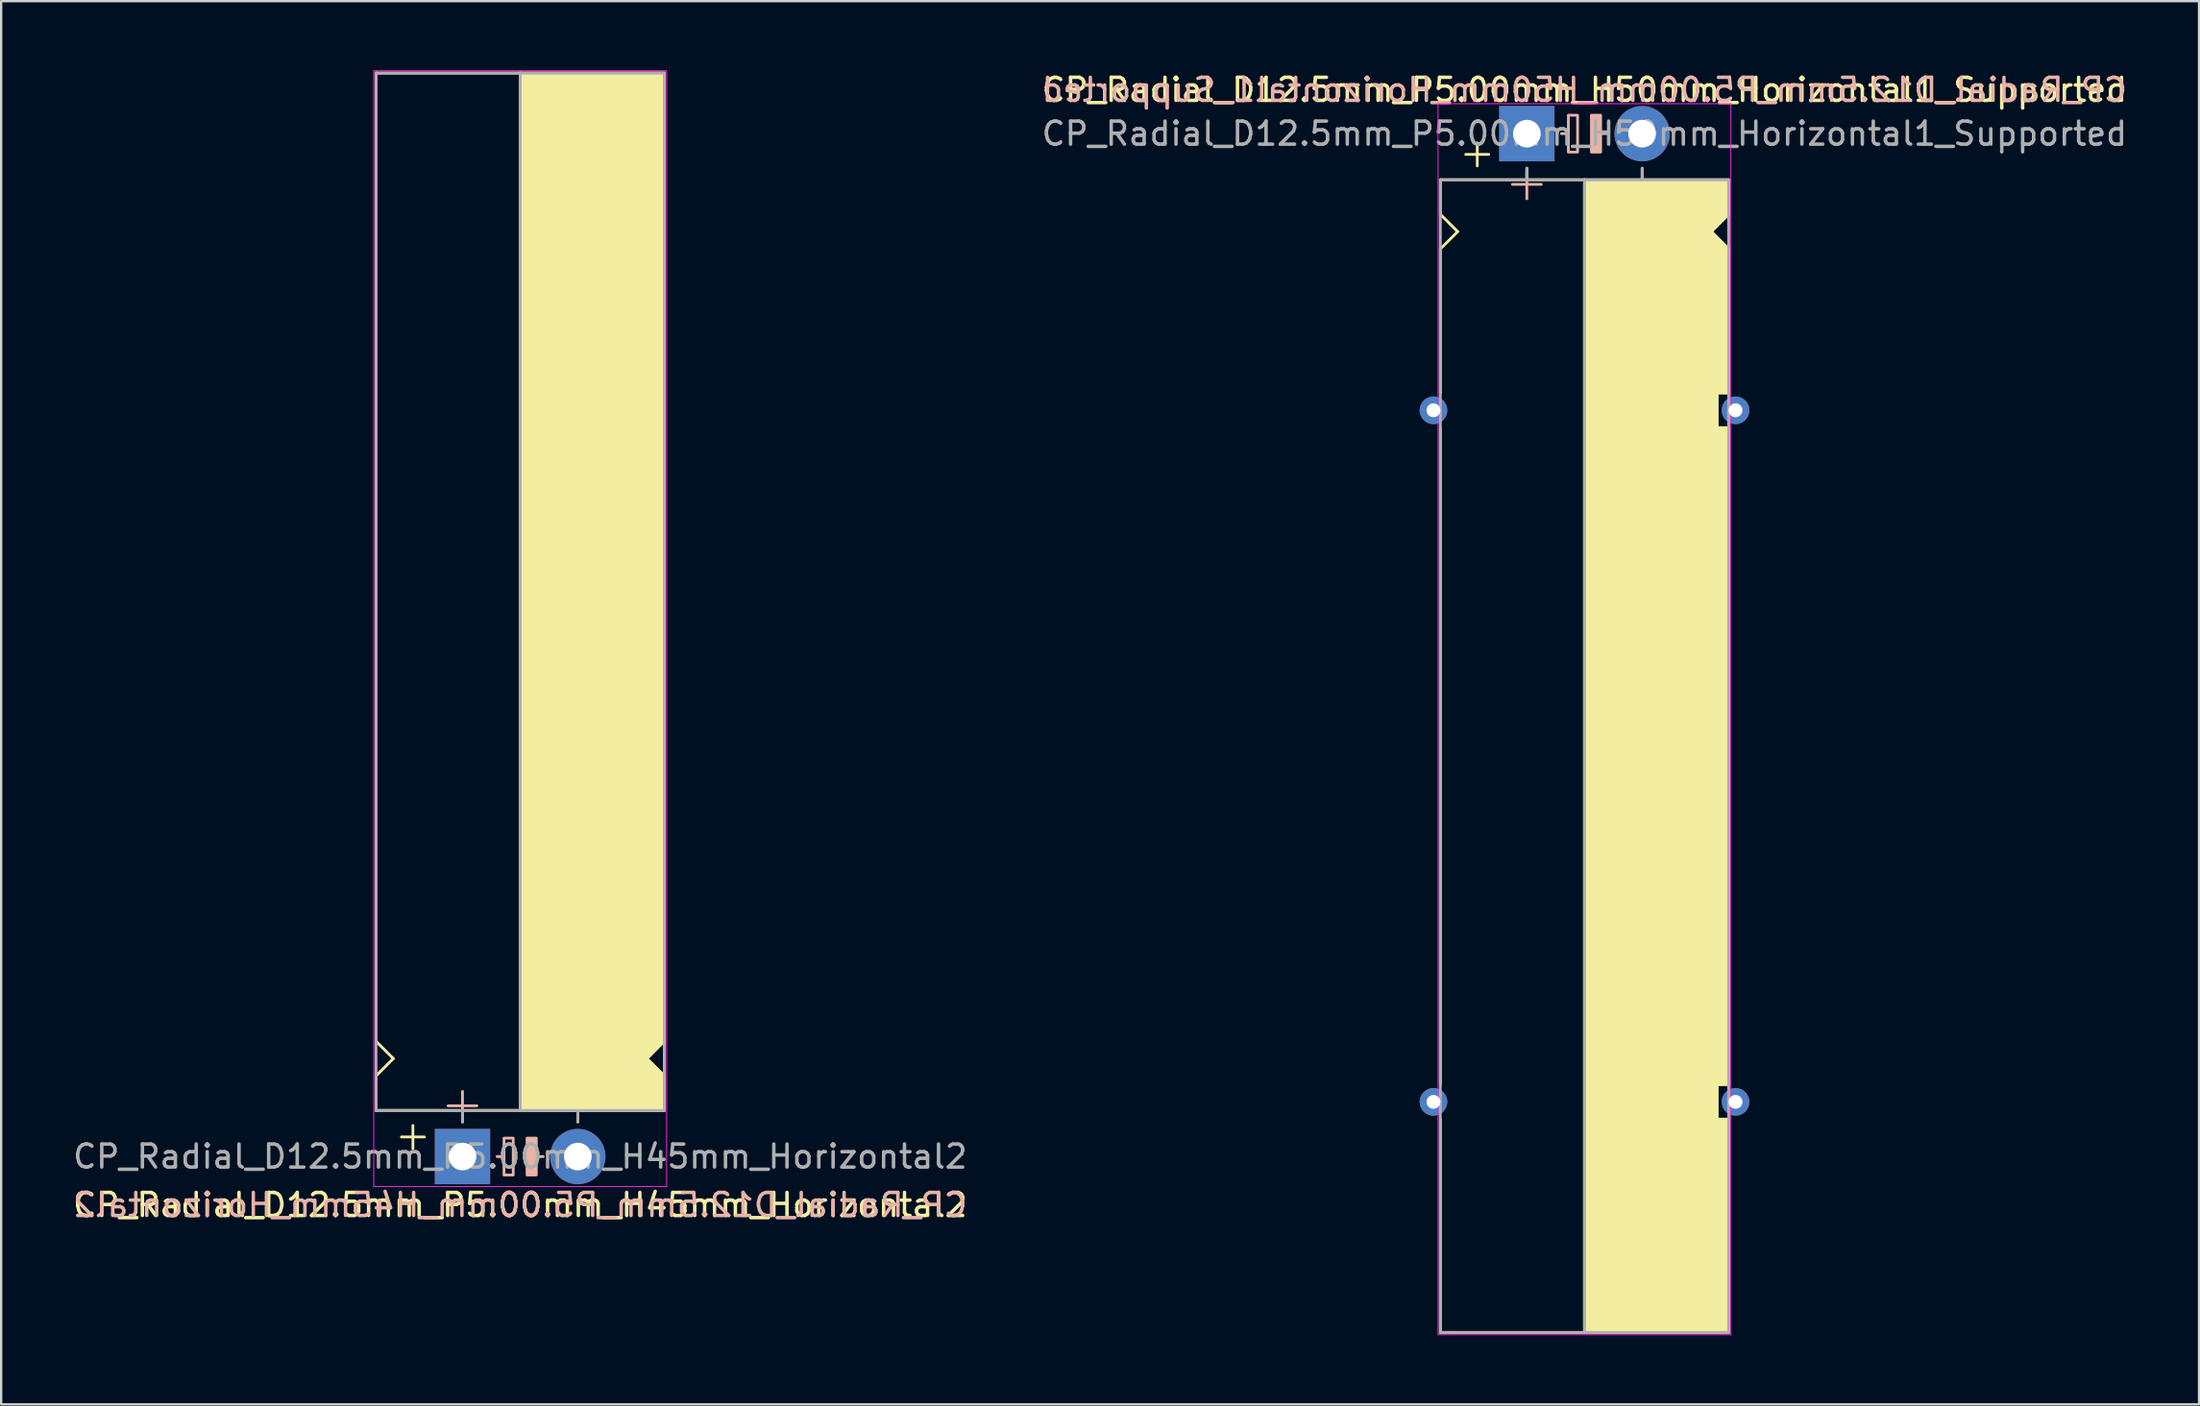
<source format=kicad_pcb>
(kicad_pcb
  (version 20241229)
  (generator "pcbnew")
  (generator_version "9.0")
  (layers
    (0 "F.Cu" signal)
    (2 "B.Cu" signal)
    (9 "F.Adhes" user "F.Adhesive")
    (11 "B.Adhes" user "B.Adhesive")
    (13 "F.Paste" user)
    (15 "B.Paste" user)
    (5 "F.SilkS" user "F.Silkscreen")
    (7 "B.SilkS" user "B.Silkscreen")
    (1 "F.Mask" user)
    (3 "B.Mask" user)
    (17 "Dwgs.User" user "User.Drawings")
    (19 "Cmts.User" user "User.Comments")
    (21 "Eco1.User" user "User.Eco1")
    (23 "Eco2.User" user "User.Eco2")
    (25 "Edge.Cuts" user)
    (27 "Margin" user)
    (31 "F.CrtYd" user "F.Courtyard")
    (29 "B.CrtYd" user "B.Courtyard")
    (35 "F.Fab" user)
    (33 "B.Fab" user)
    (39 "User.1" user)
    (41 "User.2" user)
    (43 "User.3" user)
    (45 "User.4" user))
  (footprint "CP_Radial_D12.5mm_P5.00mm_H45mm_Horizontal2"
    (layer "F.Cu")
    (at 17.006 47.12)
    (property "Reference" "CP_Radial_D12.5mm_P5.00mm_H45mm_Horizontal2" (at 2.5 2.1 180) (layer "F.SilkS") (effects (font (size 1 1) (thickness 0.15))))
    (fp_line (start -3.75 -5) (end -3.75 -47) (stroke (width 0.12) (type solid)) (layer "F.SilkS"))
    (fp_line (start -3.75 -3.5) (end -3 -4.25) (stroke (width 0.12) (type solid)) (layer "F.SilkS"))
    (fp_line (start -3.75 -2) (end -3.75 -3.5) (stroke (width 0.12) (type solid)) (layer "F.SilkS"))
    (fp_line (start -3 -4.25) (end -3.75 -5) (stroke (width 0.12) (type solid)) (layer "F.SilkS"))
    (fp_line (start -2.15 -1.35) (end -2.15 -0.35) (stroke (width 0.12) (type solid)) (layer "F.SilkS"))
    (fp_line (start -1.65 -0.85) (end -2.65 -0.85) (stroke (width 0.12) (type solid)) (layer "F.SilkS"))
    (fp_line (start 0 -1.5) (end 0 -2) (stroke (width 0.12) (type solid)) (layer "F.SilkS"))
    (fp_line (start 2.5 -2) (end -3.75 -2) (stroke (width 0.12) (type solid)) (layer "F.SilkS"))
    (fp_line (start 2.5 -2) (end 2.5 -47) (stroke (width 0.12) (type solid)) (layer "F.SilkS"))
    (fp_line (start 2.5 -2) (end 8.75 -2) (stroke (width 0.12) (type solid)) (layer "F.SilkS"))
    (fp_line (start 5 -1.5) (end 5 -2) (stroke (width 0.12) (type solid)) (layer "F.SilkS"))
    (fp_line (start 8 -4.25) (end 8.75 -5) (stroke (width 0.12) (type solid)) (layer "F.SilkS"))
    (fp_line (start 8.75 -47) (end -3.75 -47) (stroke (width 0.12) (type solid)) (layer "F.SilkS"))
    (fp_line (start 8.75 -5) (end 8.75 -47) (stroke (width 0.12) (type solid)) (layer "F.SilkS"))
    (fp_line (start 8.75 -3.5) (end 8 -4.25) (stroke (width 0.12) (type solid)) (layer "F.SilkS"))
    (fp_line (start 8.75 -2) (end 8.75 -3.5) (stroke (width 0.12) (type solid)) (layer "F.SilkS"))
    (fp_poly (pts (xy 8.75 -3.5) (xy 8 -4.25) (xy 8.75 -5) (xy 8.75 -47) (xy 2.5 -47) (xy 2.5 -2) (xy 8.75 -2)) (stroke (width 0.1) (type solid)) (fill yes) (layer "F.SilkS"))
    (fp_line (start 0 -2.825) (end 0 -1.575) (stroke (width 0.12) (type solid)) (layer "B.SilkS"))
    (fp_line (start 0.625 -2.2) (end -0.625 -2.2) (stroke (width 0.12) (type solid)) (layer "B.SilkS"))
    (fp_line (start 1.8 0) (end 1.5 0) (stroke (width 0.12) (type solid)) (layer "B.SilkS"))
    (fp_line (start 3.5 0) (end 3.2 0) (stroke (width 0.12) (type solid)) (layer "B.SilkS"))
    (fp_rect (start 2.2 -0.8) (end 1.8 0.8) (stroke (width 0.12) (type solid)) (fill no) (layer "B.SilkS"))
    (fp_rect (start 3.2 -0.8) (end 2.8 0.8) (stroke (width 0.12) (type solid)) (fill yes) (layer "B.SilkS"))
    (fp_line (start -3.85 -47.1) (end -3.85 1.3) (stroke (width 0.04) (type solid)) (layer "F.CrtYd"))
    (fp_line (start 8.85 -47.1) (end -3.85 -47.1) (stroke (width 0.04) (type solid)) (layer "F.CrtYd"))
    (fp_line (start 8.85 1.3) (end -3.85 1.3) (stroke (width 0.04) (type solid)) (layer "F.CrtYd"))
    (fp_line (start 8.85 1.3) (end 8.85 -47.1) (stroke (width 0.04) (type solid)) (layer "F.CrtYd"))
    (fp_line (start -3.75 -47) (end 8.75 -47) (stroke (width 0.12) (type solid)) (layer "F.Fab"))
    (fp_line (start -3.75 -2) (end -3.75 -47) (stroke (width 0.12) (type solid)) (layer "F.Fab"))
    (fp_line (start 0 -2) (end -3.75 -2) (stroke (width 0.12) (type solid)) (layer "F.Fab"))
    (fp_line (start 0 -1.5) (end 0 -2) (stroke (width 0.12) (type solid)) (layer "F.Fab"))
    (fp_line (start 2.5 -2) (end 2.5 -47) (stroke (width 0.12) (type solid)) (layer "F.Fab"))
    (fp_line (start 5 -2) (end 5 -1.5) (stroke (width 0.12) (type solid)) (layer "F.Fab"))
    (fp_line (start 8.75 -47) (end 8.75 -2) (stroke (width 0.12) (type solid)) (layer "F.Fab"))
    (fp_line (start 8.75 -2) (end 0 -2) (stroke (width 0.12) (type solid)) (layer "F.Fab"))
    (fp_poly (pts (xy 8.75 -47) (xy 2.5 -47) (xy 2.5 -2) (xy 8.75 -2)) (stroke (width 0.1) (type solid)) (fill no) (layer "F.Fab"))
    (fp_text user "${REFERENCE}" (at 2.5 2.1 0) (layer "B.SilkS") (effects (font (size 1 1) (thickness 0.15)) (justify mirror)))
    (fp_text user "${REFERENCE}" (at 2.5 0 0) (layer "F.Fab") (effects (font (size 1 1) (thickness 0.15))))
    (pad "1" thru_hole rect (at 0 0) (size 2.4 2.4) (drill 1.2) (layers "*.Cu" "*.Mask"))
    (pad "2" thru_hole circle (at 5 0) (size 2.4 2.4) (drill 1.2) (layers "*.Cu" "*.Mask")))
  (footprint "CP_Radial_D12.5mm_P5.00mm_H50mm_Horizontal1_Supported"
    (layer "F.Cu")
    (at 63.161 2.748)
    (property "Reference" "CP_Radial_D12.5mm_P5.00mm_H50mm_Horizontal1_Supported" (at 2.5 -1.9 180) (layer "F.SilkS") (effects (font (size 1 1) (thickness 0.15))))
    (fp_line (start -3.75 2) (end -3.75 3.5) (stroke (width 0.12) (type solid)) (layer "F.SilkS"))
    (fp_line (start -3.75 3.5) (end -3 4.25) (stroke (width 0.12) (type solid)) (layer "F.SilkS"))
    (fp_line (start -3.75 5) (end -3.75 11.25) (stroke (width 0.12) (type solid)) (layer "F.SilkS"))
    (fp_line (start -3.75 12.75) (end -3.75 41.25) (stroke (width 0.12) (type solid)) (layer "F.SilkS"))
    (fp_line (start -3.75 52) (end -3.75 42.75) (stroke (width 0.12) (type solid)) (layer "F.SilkS"))
    (fp_line (start -3 4.25) (end -3.75 5) (stroke (width 0.12) (type solid)) (layer "F.SilkS"))
    (fp_line (start -2.15 0.4) (end -2.15 1.4) (stroke (width 0.12) (type solid)) (layer "F.SilkS"))
    (fp_line (start -1.65 0.9) (end -2.65 0.9) (stroke (width 0.12) (type solid)) (layer "F.SilkS"))
    (fp_line (start 0 1.5) (end 0 2) (stroke (width 0.12) (type solid)) (layer "F.SilkS"))
    (fp_line (start 2.5 2) (end -3.75 2) (stroke (width 0.12) (type solid)) (layer "F.SilkS"))
    (fp_line (start 2.5 2) (end 2.5 52) (stroke (width 0.12) (type solid)) (layer "F.SilkS"))
    (fp_line (start 2.5 2) (end 8.75 2) (stroke (width 0.12) (type solid)) (layer "F.SilkS"))
    (fp_line (start 5 1.5) (end 5 2) (stroke (width 0.12) (type solid)) (layer "F.SilkS"))
    (fp_line (start 8 4.25) (end 8.75 5) (stroke (width 0.12) (type solid)) (layer "F.SilkS"))
    (fp_line (start 8.25 11.25) (end 8.75 11.25) (stroke (width 0.12) (type solid)) (layer "F.SilkS"))
    (fp_line (start 8.25 12.75) (end 8.25 11.25) (stroke (width 0.12) (type solid)) (layer "F.SilkS"))
    (fp_line (start 8.25 41.25) (end 8.75 41.25) (stroke (width 0.12) (type solid)) (layer "F.SilkS"))
    (fp_line (start 8.25 42.75) (end 8.25 41.25) (stroke (width 0.12) (type solid)) (layer "F.SilkS"))
    (fp_line (start 8.75 2) (end 8.75 3.5) (stroke (width 0.12) (type solid)) (layer "F.SilkS"))
    (fp_line (start 8.75 3.5) (end 8 4.25) (stroke (width 0.12) (type solid)) (layer "F.SilkS"))
    (fp_line (start 8.75 5) (end 8.75 11.25) (stroke (width 0.12) (type solid)) (layer "F.SilkS"))
    (fp_line (start 8.75 12.75) (end 8.25 12.75) (stroke (width 0.12) (type solid)) (layer "F.SilkS"))
    (fp_line (start 8.75 12.75) (end 8.75 41.25) (stroke (width 0.12) (type solid)) (layer "F.SilkS"))
    (fp_line (start 8.75 42.75) (end 8.25 42.75) (stroke (width 0.12) (type solid)) (layer "F.SilkS"))
    (fp_line (start 8.75 52) (end -3.75 52) (stroke (width 0.12) (type solid)) (layer "F.SilkS"))
    (fp_line (start 8.75 52) (end 8.75 42.75) (stroke (width 0.12) (type solid)) (layer "F.SilkS"))
    (fp_poly (pts (xy 8.75 3.5) (xy 8 4.25) (xy 8.75 5) (xy 8.75 11.25) (xy 8.25 11.25) (xy 8.25 12.75) (xy 8.75 12.75) (xy 8.75 41.25) (xy 8.25 41.25) (xy 8.25 42.75) (xy 8.75 42.75) (xy 8.75 52) (xy 2.5 52) (xy 2.5 2) (xy 8.75 2)) (stroke (width 0.1) (type solid)) (fill yes) (layer "F.SilkS"))
    (fp_line (start 0 1.575) (end 0 2.825) (stroke (width 0.12) (type solid)) (layer "B.SilkS"))
    (fp_line (start 0.625 2.2) (end -0.625 2.2) (stroke (width 0.12) (type solid)) (layer "B.SilkS"))
    (fp_line (start 1.8 0) (end 1.5 0) (stroke (width 0.12) (type solid)) (layer "B.SilkS"))
    (fp_line (start 3.5 0) (end 3.2 0) (stroke (width 0.12) (type solid)) (layer "B.SilkS"))
    (fp_rect (start 2.2 -0.8) (end 1.8 0.8) (stroke (width 0.12) (type solid)) (fill no) (layer "B.SilkS"))
    (fp_rect (start 3.2 -0.8) (end 2.8 0.8) (stroke (width 0.12) (type solid)) (fill yes) (layer "B.SilkS"))
    (fp_line (start -3.85 -1.3) (end 8.85 -1.3) (stroke (width 0.04) (type solid)) (layer "F.CrtYd"))
    (fp_line (start -3.85 52.1) (end -3.85 -1.3) (stroke (width 0.04) (type solid)) (layer "F.CrtYd"))
    (fp_line (start 8.85 -1.3) (end 8.85 52.1) (stroke (width 0.04) (type solid)) (layer "F.CrtYd"))
    (fp_line (start 8.85 52.1) (end -3.85 52.1) (stroke (width 0.04) (type solid)) (layer "F.CrtYd"))
    (fp_line (start -3.75 2) (end -3.75 52) (stroke (width 0.12) (type solid)) (layer "F.Fab"))
    (fp_line (start -3.75 52) (end 8.75 52) (stroke (width 0.12) (type solid)) (layer "F.Fab"))
    (fp_line (start 0 1.5) (end 0 2) (stroke (width 0.12) (type solid)) (layer "F.Fab"))
    (fp_line (start 0 2) (end -3.75 2) (stroke (width 0.12) (type solid)) (layer "F.Fab"))
    (fp_line (start 2.5 2) (end 2.5 52) (stroke (width 0.12) (type solid)) (layer "F.Fab"))
    (fp_line (start 5 2) (end 5 1.5) (stroke (width 0.12) (type solid)) (layer "F.Fab"))
    (fp_line (start 8.75 2) (end 0 2) (stroke (width 0.12) (type solid)) (layer "F.Fab"))
    (fp_line (start 8.75 52) (end 8.75 2) (stroke (width 0.12) (type solid)) (layer "F.Fab"))
    (fp_poly (pts (xy 8.75 52) (xy 2.5 52) (xy 2.5 2) (xy 8.75 2)) (stroke (width 0.1) (type solid)) (fill no) (layer "F.Fab"))
    (fp_text user "${REFERENCE}" (at 2.5 -1.9 0) (layer "B.SilkS") (effects (font (size 1 1) (thickness 0.15)) (justify mirror)))
    (fp_text user "${REFERENCE}" (at 2.5 0 0) (layer "F.Fab") (effects (font (size 1 1) (thickness 0.15))))
    (pad "1" thru_hole rect (at 0 0) (size 2.4 2.4) (drill 1.2) (layers "*.Cu" "*.Mask"))
    (pad "2" thru_hole circle (at 5 0) (size 2.4 2.4) (drill 1.2) (layers "*.Cu" "*.Mask"))
    (pad "~" thru_hole circle (at -4.05 12) (size 1.2 1.2) (drill 0.6) (layers "*.Cu" "*.Mask"))
    (pad "~" thru_hole circle (at -4.05 42) (size 1.2 1.2) (drill 0.6) (layers "*.Cu" "*.Mask"))
    (pad "~" thru_hole circle (at 9.05 12) (size 1.2 1.2) (drill 0.6) (layers "*.Cu" "*.Mask"))
    (pad "~" thru_hole circle (at 9.05 42) (size 1.2 1.2) (drill 0.6) (layers "*.Cu" "*.Mask")))
  (gr_rect
    (start -3 -3)
    (end 92.31 57.868)
    (stroke (width 0.1) (type default))
    (fill no)
    (layer "Edge.Cuts")))
</source>
